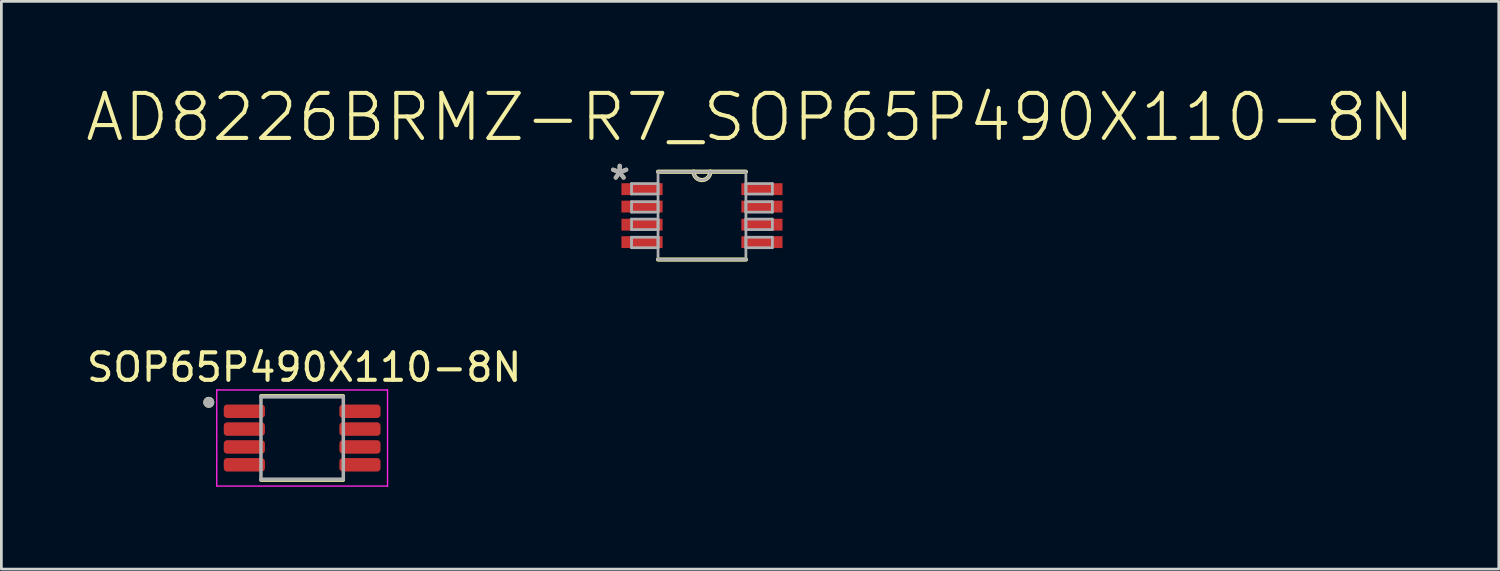
<source format=kicad_pcb>
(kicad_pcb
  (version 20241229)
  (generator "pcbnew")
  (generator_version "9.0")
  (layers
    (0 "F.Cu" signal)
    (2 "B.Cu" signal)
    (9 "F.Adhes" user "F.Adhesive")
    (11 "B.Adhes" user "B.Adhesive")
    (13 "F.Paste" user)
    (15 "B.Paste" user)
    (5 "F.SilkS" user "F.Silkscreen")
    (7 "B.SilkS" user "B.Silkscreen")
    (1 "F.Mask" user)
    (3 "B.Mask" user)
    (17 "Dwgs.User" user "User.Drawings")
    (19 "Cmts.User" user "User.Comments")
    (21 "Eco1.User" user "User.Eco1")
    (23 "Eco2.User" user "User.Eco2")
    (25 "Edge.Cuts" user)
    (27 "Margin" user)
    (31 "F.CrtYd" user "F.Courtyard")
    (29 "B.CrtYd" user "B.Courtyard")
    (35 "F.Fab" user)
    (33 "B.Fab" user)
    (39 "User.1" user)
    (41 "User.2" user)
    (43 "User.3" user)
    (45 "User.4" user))
  (footprint "AD8226BRMZ-R7_SOP65P490X110-8N"
    (layer "F.Cu")
    (at 22.518 4.804)
    (property "Reference" "AD8226BRMZ-R7_SOP65P490X110-8N" (at 1.753 -3.581 0) (layer "F.SilkS") (effects (font (size 1.64 1.64) (thickness 0.15))))
    (attr smd)
    (fp_line (start -1.6 1.6) (end 1.6 1.6) (stroke (width 0.152) (type solid)) (layer "F.SilkS"))
    (fp_line (start -0.305 -1.6) (end -1.6 -1.6) (stroke (width 0.152) (type solid)) (layer "F.SilkS"))
    (fp_line (start 0.305 -1.6) (end -0.305 -1.6) (stroke (width 0.152) (type solid)) (layer "F.SilkS"))
    (fp_line (start 1.6 -1.6) (end 0.305 -1.6) (stroke (width 0.152) (type solid)) (layer "F.SilkS"))
    (fp_arc (start 0.3048 -1.6002) (mid 0 -1.2954) (end -0.3048 -1.6002) (stroke (width 0.1524) (type solid)) (layer "F.SilkS"))
    (fp_line (start -2.565 -1.168) (end -2.565 -0.787) (stroke (width 0.1) (type solid)) (layer "F.Fab"))
    (fp_line (start -2.565 -0.787) (end -1.6 -0.787) (stroke (width 0.1) (type solid)) (layer "F.Fab"))
    (fp_line (start -2.565 -0.508) (end -2.565 -0.127) (stroke (width 0.1) (type solid)) (layer "F.Fab"))
    (fp_line (start -2.565 -0.127) (end -1.6 -0.127) (stroke (width 0.1) (type solid)) (layer "F.Fab"))
    (fp_line (start -2.565 0.127) (end -2.565 0.508) (stroke (width 0.1) (type solid)) (layer "F.Fab"))
    (fp_line (start -2.565 0.508) (end -1.6 0.508) (stroke (width 0.1) (type solid)) (layer "F.Fab"))
    (fp_line (start -2.565 0.787) (end -2.565 1.168) (stroke (width 0.1) (type solid)) (layer "F.Fab"))
    (fp_line (start -2.565 1.168) (end -1.6 1.168) (stroke (width 0.1) (type solid)) (layer "F.Fab"))
    (fp_line (start -1.6 -1.6) (end -1.6 1.6) (stroke (width 0.1) (type solid)) (layer "F.Fab"))
    (fp_line (start -1.6 -1.168) (end -2.565 -1.168) (stroke (width 0.1) (type solid)) (layer "F.Fab"))
    (fp_line (start -1.6 -0.787) (end -1.6 -1.168) (stroke (width 0.1) (type solid)) (layer "F.Fab"))
    (fp_line (start -1.6 -0.508) (end -2.565 -0.508) (stroke (width 0.1) (type solid)) (layer "F.Fab"))
    (fp_line (start -1.6 -0.127) (end -1.6 -0.508) (stroke (width 0.1) (type solid)) (layer "F.Fab"))
    (fp_line (start -1.6 0.127) (end -2.565 0.127) (stroke (width 0.1) (type solid)) (layer "F.Fab"))
    (fp_line (start -1.6 0.508) (end -1.6 0.127) (stroke (width 0.1) (type solid)) (layer "F.Fab"))
    (fp_line (start -1.6 0.787) (end -2.565 0.787) (stroke (width 0.1) (type solid)) (layer "F.Fab"))
    (fp_line (start -1.6 1.168) (end -1.6 0.787) (stroke (width 0.1) (type solid)) (layer "F.Fab"))
    (fp_line (start -1.6 1.6) (end 1.6 1.6) (stroke (width 0.1) (type solid)) (layer "F.Fab"))
    (fp_line (start -0.305 -1.6) (end -1.6 -1.6) (stroke (width 0.1) (type solid)) (layer "F.Fab"))
    (fp_line (start 0.305 -1.6) (end -0.305 -1.6) (stroke (width 0.1) (type solid)) (layer "F.Fab"))
    (fp_line (start 1.6 -1.6) (end 0.305 -1.6) (stroke (width 0.1) (type solid)) (layer "F.Fab"))
    (fp_line (start 1.6 -1.168) (end 1.6 -0.787) (stroke (width 0.1) (type solid)) (layer "F.Fab"))
    (fp_line (start 1.6 -0.787) (end 2.565 -0.787) (stroke (width 0.1) (type solid)) (layer "F.Fab"))
    (fp_line (start 1.6 -0.508) (end 1.6 -0.127) (stroke (width 0.1) (type solid)) (layer "F.Fab"))
    (fp_line (start 1.6 -0.127) (end 2.565 -0.127) (stroke (width 0.1) (type solid)) (layer "F.Fab"))
    (fp_line (start 1.6 0.127) (end 1.6 0.508) (stroke (width 0.1) (type solid)) (layer "F.Fab"))
    (fp_line (start 1.6 0.508) (end 2.565 0.508) (stroke (width 0.1) (type solid)) (layer "F.Fab"))
    (fp_line (start 1.6 0.787) (end 1.6 1.168) (stroke (width 0.1) (type solid)) (layer "F.Fab"))
    (fp_line (start 1.6 1.168) (end 2.565 1.168) (stroke (width 0.1) (type solid)) (layer "F.Fab"))
    (fp_line (start 1.6 1.6) (end 1.6 -1.6) (stroke (width 0.1) (type solid)) (layer "F.Fab"))
    (fp_line (start 2.565 -1.168) (end 1.6 -1.168) (stroke (width 0.1) (type solid)) (layer "F.Fab"))
    (fp_line (start 2.565 -0.787) (end 2.565 -1.168) (stroke (width 0.1) (type solid)) (layer "F.Fab"))
    (fp_line (start 2.565 -0.508) (end 1.6 -0.508) (stroke (width 0.1) (type solid)) (layer "F.Fab"))
    (fp_line (start 2.565 -0.127) (end 2.565 -0.508) (stroke (width 0.1) (type solid)) (layer "F.Fab"))
    (fp_line (start 2.565 0.127) (end 1.6 0.127) (stroke (width 0.1) (type solid)) (layer "F.Fab"))
    (fp_line (start 2.565 0.508) (end 2.565 0.127) (stroke (width 0.1) (type solid)) (layer "F.Fab"))
    (fp_line (start 2.565 0.787) (end 1.6 0.787) (stroke (width 0.1) (type solid)) (layer "F.Fab"))
    (fp_line (start 2.565 1.168) (end 2.565 0.787) (stroke (width 0.1) (type solid)) (layer "F.Fab"))
    (fp_arc (start 0.3048 -1.6002) (mid 0 -1.2954) (end -0.3048 -1.6002) (stroke (width 0.1) (type solid)) (layer "F.Fab"))
    (fp_text user "*" (at -2.997 -1.27 0) (layer "F.SilkS") (effects (font (size 1 1) (thickness 0.15))))
    (fp_text user "*" (at -2.997 -1.27 0) (layer "F.Fab") (effects (font (size 1 1) (thickness 0.15))))
    (pad "1" smd rect (at -2.184 -0.965) (size 1.499 0.432) (layers "F.Cu" "F.Mask" "F.Paste"))
    (pad "2" smd rect (at -2.184 -0.33) (size 1.499 0.432) (layers "F.Cu" "F.Mask" "F.Paste"))
    (pad "3" smd rect (at -2.184 0.33) (size 1.499 0.432) (layers "F.Cu" "F.Mask" "F.Paste"))
    (pad "4" smd rect (at -2.184 0.965) (size 1.499 0.432) (layers "F.Cu" "F.Mask" "F.Paste"))
    (pad "5" smd rect (at 2.184 0.965) (size 1.499 0.432) (layers "F.Cu" "F.Mask" "F.Paste"))
    (pad "6" smd rect (at 2.184 0.33) (size 1.499 0.432) (layers "F.Cu" "F.Mask" "F.Paste"))
    (pad "7" smd rect (at 2.184 -0.33) (size 1.499 0.432) (layers "F.Cu" "F.Mask" "F.Paste"))
    (pad "8" smd rect (at 2.184 -0.965) (size 1.499 0.432) (layers "F.Cu" "F.Mask" "F.Paste")))
  (footprint "SOP65P490X110-8N"
    (layer "F.Cu")
    (at 7.955 12.904)
    (property "Reference" "SOP65P490X110-8N" (at 0.075 -2.575 0) (layer "F.SilkS") (effects (font (size 1 1) (thickness 0.15))))
    (attr smd)
    (fp_line (start -1.5 -1.534) (end 1.5 -1.534) (stroke (width 0.127) (type solid)) (layer "F.SilkS"))
    (fp_line (start 1.5 1.534) (end -1.5 1.534) (stroke (width 0.127) (type solid)) (layer "F.SilkS"))
    (fp_circle (center -3.4 -1.3) (end -3.3 -1.3) (stroke (width 0.2) (type solid)) (fill no) (layer "F.SilkS"))
    (fp_line (start -3.11 -1.75) (end 3.11 -1.75) (stroke (width 0.05) (type solid)) (layer "F.CrtYd"))
    (fp_line (start -3.11 1.75) (end -3.11 -1.75) (stroke (width 0.05) (type solid)) (layer "F.CrtYd"))
    (fp_line (start 3.11 -1.75) (end 3.11 1.75) (stroke (width 0.05) (type solid)) (layer "F.CrtYd"))
    (fp_line (start 3.11 1.75) (end -3.11 1.75) (stroke (width 0.05) (type solid)) (layer "F.CrtYd"))
    (fp_line (start -1.5 -1.5) (end 1.5 -1.5) (stroke (width 0.127) (type solid)) (layer "F.Fab"))
    (fp_line (start -1.5 1.5) (end -1.5 -1.5) (stroke (width 0.127) (type solid)) (layer "F.Fab"))
    (fp_line (start 1.5 -1.5) (end 1.5 1.5) (stroke (width 0.127) (type solid)) (layer "F.Fab"))
    (fp_line (start 1.5 1.5) (end -1.5 1.5) (stroke (width 0.127) (type solid)) (layer "F.Fab"))
    (fp_circle (center -3.4 -1.3) (end -3.3 -1.3) (stroke (width 0.2) (type solid)) (fill no) (layer "F.Fab"))
    (pad "1" smd roundrect (at -2.105 -0.975) (size 1.5 0.49) (layers "F.Cu" "F.Mask" "F.Paste") (roundrect_rratio 0.25))
    (pad "2" smd roundrect (at -2.105 -0.325) (size 1.5 0.49) (layers "F.Cu" "F.Mask" "F.Paste") (roundrect_rratio 0.25))
    (pad "3" smd roundrect (at -2.105 0.325) (size 1.5 0.49) (layers "F.Cu" "F.Mask" "F.Paste") (roundrect_rratio 0.25))
    (pad "4" smd roundrect (at -2.105 0.975) (size 1.5 0.49) (layers "F.Cu" "F.Mask" "F.Paste") (roundrect_rratio 0.25))
    (pad "5" smd roundrect (at 2.105 0.975) (size 1.5 0.49) (layers "F.Cu" "F.Mask" "F.Paste") (roundrect_rratio 0.25))
    (pad "6" smd roundrect (at 2.105 0.325) (size 1.5 0.49) (layers "F.Cu" "F.Mask" "F.Paste") (roundrect_rratio 0.25))
    (pad "7" smd roundrect (at 2.105 -0.325) (size 1.5 0.49) (layers "F.Cu" "F.Mask" "F.Paste") (roundrect_rratio 0.25))
    (pad "8" smd roundrect (at 2.105 -0.975) (size 1.5 0.49) (layers "F.Cu" "F.Mask" "F.Paste") (roundrect_rratio 0.25)))
  (gr_rect
    (start -3 -3)
    (end 51.541 17.679)
    (stroke (width 0.1) (type default))
    (fill no)
    (layer "Edge.Cuts")))
</source>
